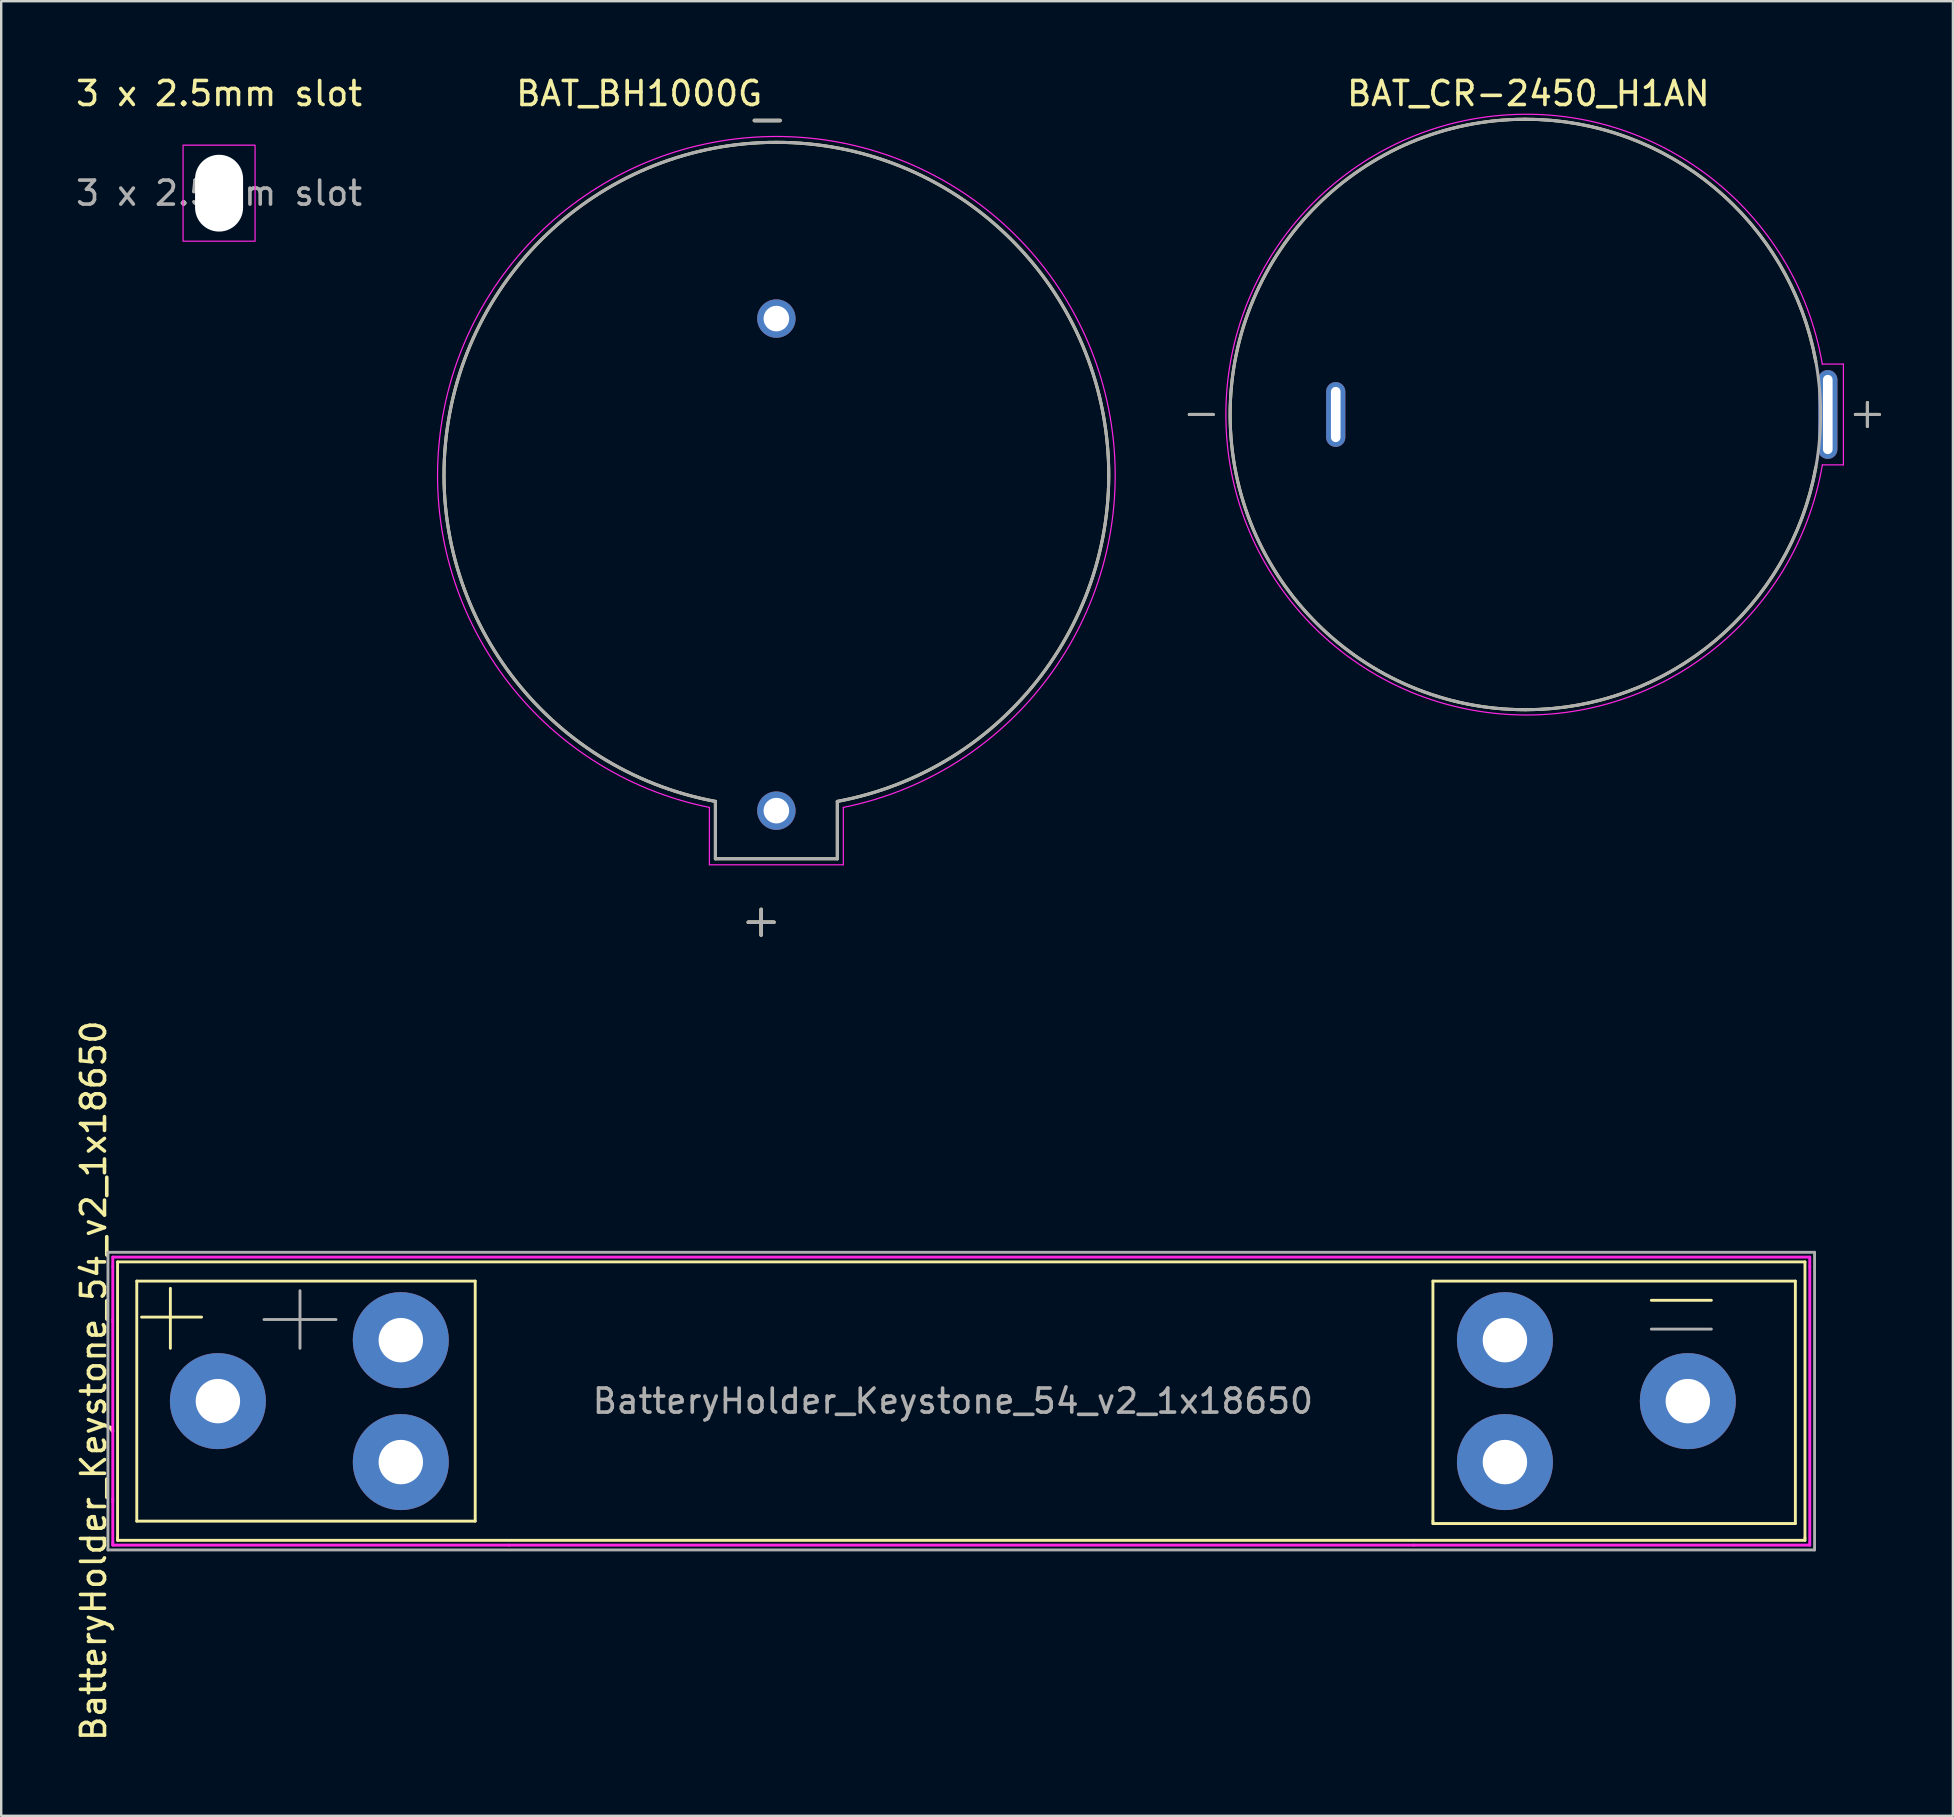
<source format=kicad_pcb>
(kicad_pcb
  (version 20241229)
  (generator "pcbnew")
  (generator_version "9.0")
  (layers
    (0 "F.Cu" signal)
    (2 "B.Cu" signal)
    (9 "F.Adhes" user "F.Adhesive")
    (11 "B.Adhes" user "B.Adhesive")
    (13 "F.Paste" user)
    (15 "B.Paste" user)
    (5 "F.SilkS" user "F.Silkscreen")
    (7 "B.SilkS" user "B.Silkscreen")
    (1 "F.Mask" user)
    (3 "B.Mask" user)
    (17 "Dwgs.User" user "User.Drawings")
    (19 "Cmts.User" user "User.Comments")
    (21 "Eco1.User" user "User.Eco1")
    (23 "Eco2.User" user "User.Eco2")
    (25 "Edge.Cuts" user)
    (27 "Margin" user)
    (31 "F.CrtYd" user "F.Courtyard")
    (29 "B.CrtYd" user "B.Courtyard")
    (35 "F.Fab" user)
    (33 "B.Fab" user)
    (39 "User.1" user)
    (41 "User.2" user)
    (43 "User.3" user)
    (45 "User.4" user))
  (footprint "BAT_BH1000G"
    (layer "F.Cu")
    (at 29.295 16.723)
    (property "Reference" "BAT_BH1000G" (at -5.715 -15.875 0) (layer "F.SilkS") (effects (font (size 1 1) (thickness 0.15))))
    (attr through_hole)
    (fp_line (start -2.54 16.005) (end -2.54 13.615) (stroke (width 0.127) (type solid)) (layer "F.SilkS"))
    (fp_line (start -2.54 16.005) (end 2.54 16.005) (stroke (width 0.127) (type solid)) (layer "F.SilkS"))
    (fp_line (start 2.54 16.005) (end 2.54 13.615) (stroke (width 0.127) (type solid)) (layer "F.SilkS"))
    (fp_arc (start -2.54 13.615) (mid 0 -13.843524) (end 2.54 13.615) (stroke (width 0.127) (type solid)) (layer "F.SilkS"))
    (fp_line (start -2.79 16.255) (end -2.79 13.865) (stroke (width 0.05) (type solid)) (layer "F.CrtYd"))
    (fp_line (start -2.79 16.255) (end 2.79 16.255) (stroke (width 0.05) (type solid)) (layer "F.CrtYd"))
    (fp_line (start 2.79 16.255) (end 2.79 13.865) (stroke (width 0.05) (type solid)) (layer "F.CrtYd"))
    (fp_arc (start -2.79 13.865) (mid 0 -14.087195) (end 2.79 13.865) (stroke (width 0.05) (type solid)) (layer "F.CrtYd"))
    (fp_line (start -2.54 16.005) (end -2.54 13.615) (stroke (width 0.127) (type solid)) (layer "F.Fab"))
    (fp_line (start -2.54 16.005) (end 2.54 16.005) (stroke (width 0.127) (type solid)) (layer "F.Fab"))
    (fp_line (start 2.54 16.005) (end 2.54 13.615) (stroke (width 0.127) (type solid)) (layer "F.Fab"))
    (fp_arc (start -2.54 13.615) (mid 0 -13.843524) (end 2.54 13.615) (stroke (width 0.127) (type solid)) (layer "F.Fab"))
    (fp_text user "+" (at -0.635 18.542 0) (layer "F.SilkS") (effects (font (size 1.4 1.4) (thickness 0.15))))
    (fp_text user "-" (at -0.381 -14.859 0) (layer "F.SilkS") (effects (font (size 1.4 1.4) (thickness 0.15))))
    (fp_text user "+" (at -0.635 18.542 0) (layer "F.Fab") (effects (font (size 1.4 1.4) (thickness 0.15))))
    (fp_text user "-" (at -0.381 -14.859 0) (layer "F.Fab") (effects (font (size 1.4 1.4) (thickness 0.15))))
    (pad "N" thru_hole circle (at 0 -6.5) (size 1.6 1.6) (drill 1.067) (layers "*.Cu" "*.Mask"))
    (pad "P" thru_hole circle (at 0 14) (size 1.6 1.6) (drill 1.067) (layers "*.Cu" "*.Mask")))
  (footprint "3 x 2.5mm slot"
    (layer "F.Cu")
    (at 6.077 4.998)
    (property "Reference" "3 x 2.5mm slot" (at 0 -4.15 0) (layer "F.SilkS") (effects (font (size 1 1) (thickness 0.15))))
    (attr exclude_from_pos_files exclude_from_bom)
    (fp_rect (start -1.5 -2) (end 1.5 2) (stroke (width 0.05) (type solid)) (fill no) (layer "F.CrtYd"))
    (fp_text user "${REFERENCE}" (at 0 0 0) (layer "F.Fab") (effects (font (size 1 1) (thickness 0.15))))
    (pad "" np_thru_hole oval (at 0 0) (size 2 3.2) (drill oval 2 3.2) (layers "*.Cu")))
  (footprint "BAT_CR-2450_H1AN"
    (layer "F.Cu")
    (at 60.499 14.218)
    (property "Reference" "BAT_CR-2450_H1AN" (at 0.125 -13.37 0) (layer "F.SilkS") (effects (font (size 1 1) (thickness 0.15))))
    (attr through_hole)
    (fp_line (start -13 0) (end -14 0) (stroke (width 0.127) (type solid)) (layer "F.SilkS"))
    (fp_line (start 13.75 0) (end 14.75 0) (stroke (width 0.127) (type solid)) (layer "F.SilkS"))
    (fp_line (start 14.25 -0.5) (end 14.25 0.5) (stroke (width 0.127) (type solid)) (layer "F.SilkS"))
    (fp_arc (start 0 -12.3) (mid 7.883061 -9.446043) (end 12.1 -2.2) (stroke (width 0.127) (type solid)) (layer "F.SilkS"))
    (fp_arc (start 0 12.3) (mid -12.3 0) (end 0 -12.3) (stroke (width 0.127) (type solid)) (layer "F.SilkS"))
    (fp_arc (start 12.1 2.2) (mid 7.88306 9.446043) (end 0 12.3) (stroke (width 0.127) (type solid)) (layer "F.SilkS"))
    (fp_line (start 12.371 -2.1) (end 13.25 -2.1) (stroke (width 0.05) (type solid)) (layer "F.CrtYd"))
    (fp_line (start 12.373 2.1) (end 13.25 2.1) (stroke (width 0.05) (type solid)) (layer "F.CrtYd"))
    (fp_line (start 13.25 2.1) (end 13.25 -2.1) (stroke (width 0.05) (type solid)) (layer "F.CrtYd"))
    (fp_arc (start 12.3731 2.1) (mid -12.477536 0.012425) (end 12.371 -2.1) (stroke (width 0.05) (type solid)) (layer "F.CrtYd"))
    (fp_line (start -14 0) (end -13 0) (stroke (width 0.127) (type solid)) (layer "F.Fab"))
    (fp_line (start 13.75 0) (end 14.75 0) (stroke (width 0.127) (type solid)) (layer "F.Fab"))
    (fp_line (start 14.25 -0.5) (end 14.25 0.5) (stroke (width 0.127) (type solid)) (layer "F.Fab"))
    (fp_circle (center 0 0) (end 12.3 0) (stroke (width 0.127) (type solid)) (fill no) (layer "F.Fab"))
    (pad "N" thru_hole oval (at -7.9 0) (size 0.8 2.7) (drill oval 0.4 2.3) (layers "*.Cu" "*.Mask"))
    (pad "P" thru_hole oval (at 12.6 0) (size 0.8 3.7) (drill oval 0.4 3.3) (layers "*.Cu" "*.Mask")))
  (footprint "BatteryHolder_Keystone_54_v2_1x18650"
    (layer "F.Cu")
    (at 36.648 55.323)
    (property "Reference" "BatteryHolder_Keystone_54_v2_1x18650" (at -35.8 -0.85 270) (layer "F.SilkS") (effects (font (size 1 1) (thickness 0.15))))
    (attr through_hole)
    (fp_line (start -34.8 -5.8) (end -34.8 5.7) (stroke (width 0.12) (type solid)) (layer "F.SilkS"))
    (fp_line (start -34.8 5.8) (end -34.8 5.7) (stroke (width 0.12) (type solid)) (layer "F.SilkS"))
    (fp_line (start -34.8 5.8) (end 35.5 5.8) (stroke (width 0.12) (type solid)) (layer "F.SilkS"))
    (fp_line (start -34 -5) (end -34 5) (stroke (width 0.12) (type solid)) (layer "F.SilkS"))
    (fp_line (start -34 5) (end -19.9 5) (stroke (width 0.12) (type solid)) (layer "F.SilkS"))
    (fp_line (start -33.8 -3.5) (end -31.3 -3.5) (stroke (width 0.12) (type solid)) (layer "F.SilkS"))
    (fp_line (start -32.6 -2.2) (end -32.6 -4.7) (stroke (width 0.12) (type solid)) (layer "F.SilkS"))
    (fp_line (start -19.9 -5) (end -34 -5) (stroke (width 0.12) (type solid)) (layer "F.SilkS"))
    (fp_line (start -19.9 5) (end -19.9 -5) (stroke (width 0.12) (type solid)) (layer "F.SilkS"))
    (fp_line (start 20 -5) (end 35.1 -5) (stroke (width 0.12) (type solid)) (layer "F.SilkS"))
    (fp_line (start 20 5) (end 20 -5) (stroke (width 0.12) (type solid)) (layer "F.SilkS"))
    (fp_line (start 20 5.1) (end 20 5) (stroke (width 0.12) (type solid)) (layer "F.SilkS"))
    (fp_line (start 31.6 -4.2) (end 29.1 -4.2) (stroke (width 0.12) (type solid)) (layer "F.SilkS"))
    (fp_line (start 35.1 -5) (end 35.1 5.1) (stroke (width 0.12) (type solid)) (layer "F.SilkS"))
    (fp_line (start 35.1 5.1) (end 20 5.1) (stroke (width 0.12) (type solid)) (layer "F.SilkS"))
    (fp_line (start 35.5 -5.8) (end -34.8 -5.8) (stroke (width 0.12) (type solid)) (layer "F.SilkS"))
    (fp_line (start 35.5 5.7) (end 35.5 -5.8) (stroke (width 0.12) (type solid)) (layer "F.SilkS"))
    (fp_line (start 35.5 5.8) (end 35.5 5.7) (stroke (width 0.12) (type solid)) (layer "F.SilkS"))
    (fp_line (start -35 -6) (end -35 -5.6) (stroke (width 0.12) (type solid)) (layer "F.CrtYd"))
    (fp_line (start -35 -5.6) (end -35 -3.4) (stroke (width 0.12) (type solid)) (layer "F.CrtYd"))
    (fp_line (start -35 -3.4) (end -35 -3.3) (stroke (width 0.12) (type solid)) (layer "F.CrtYd"))
    (fp_line (start -35 4.06) (end -35 -3.3) (stroke (width 0.12) (type solid)) (layer "F.CrtYd"))
    (fp_line (start -35 4.06) (end -35 4.1) (stroke (width 0.12) (type solid)) (layer "F.CrtYd"))
    (fp_line (start -35 4.1) (end -35 4.2) (stroke (width 0.12) (type solid)) (layer "F.CrtYd"))
    (fp_line (start -35 4.2) (end -35 5.9) (stroke (width 0.12) (type solid)) (layer "F.CrtYd"))
    (fp_line (start -35 6) (end -35 5.9) (stroke (width 0.12) (type solid)) (layer "F.CrtYd"))
    (fp_line (start -35 6) (end -18.5 6) (stroke (width 0.12) (type solid)) (layer "F.CrtYd"))
    (fp_line (start -18.5 6) (end 19.2 6) (stroke (width 0.12) (type solid)) (layer "F.CrtYd"))
    (fp_line (start 19.2 6) (end 35.7 6) (stroke (width 0.12) (type solid)) (layer "F.CrtYd"))
    (fp_line (start 35.7 -6) (end -35 -6) (stroke (width 0.12) (type solid)) (layer "F.CrtYd"))
    (fp_line (start 35.7 -5.6) (end 35.7 -6) (stroke (width 0.12) (type solid)) (layer "F.CrtYd"))
    (fp_line (start 35.7 5.9) (end 35.7 -5.6) (stroke (width 0.12) (type solid)) (layer "F.CrtYd"))
    (fp_line (start 35.7 5.9) (end 35.7 6) (stroke (width 0.12) (type solid)) (layer "F.CrtYd"))
    (fp_line (start -35.2 -6.2) (end 35.9 -6.2) (stroke (width 0.12) (type solid)) (layer "F.Fab"))
    (fp_line (start -35.2 6.2) (end -35.2 -6.2) (stroke (width 0.12) (type solid)) (layer "F.Fab"))
    (fp_line (start -28.7 -3.4) (end -25.7 -3.4) (stroke (width 0.12) (type solid)) (layer "F.Fab"))
    (fp_line (start -27.2 -4.6) (end -27.2 -2.2) (stroke (width 0.12) (type solid)) (layer "F.Fab"))
    (fp_line (start 29.1 -3) (end 31.6 -3) (stroke (width 0.12) (type solid)) (layer "F.Fab"))
    (fp_line (start 35.9 -6.2) (end 35.9 6.2) (stroke (width 0.12) (type solid)) (layer "F.Fab"))
    (fp_line (start 35.9 6.2) (end -35.2 6.2) (stroke (width 0.12) (type solid)) (layer "F.Fab"))
    (fp_text user "${REFERENCE}" (at 0 0 180) (layer "F.Fab") (effects (font (size 1 1) (thickness 0.15))))
    (pad "1" thru_hole circle (at -30.62 0 180) (size 4 4) (drill 1.85) (layers "*.Cu" "*.Mask"))
    (pad "1" thru_hole circle (at -23 -2.54 180) (size 4 4) (drill 1.85) (layers "*.Cu" "*.Mask"))
    (pad "1" thru_hole circle (at -23 2.54 180) (size 4 4) (drill 1.85) (layers "*.Cu" "*.Mask"))
    (pad "2" thru_hole circle (at 23 -2.54) (size 4 4) (drill 1.85) (layers "*.Cu" "*.Mask"))
    (pad "2" thru_hole circle (at 23 2.54) (size 4 4) (drill 1.85) (layers "*.Cu" "*.Mask"))
    (pad "2" thru_hole circle (at 30.62 0) (size 4 4) (drill 1.85) (layers "*.Cu" "*.Mask")))
  (gr_rect
    (start -3 -3)
    (end 78.312 72.598)
    (stroke (width 0.1) (type default))
    (fill no)
    (layer "Edge.Cuts")))
</source>
